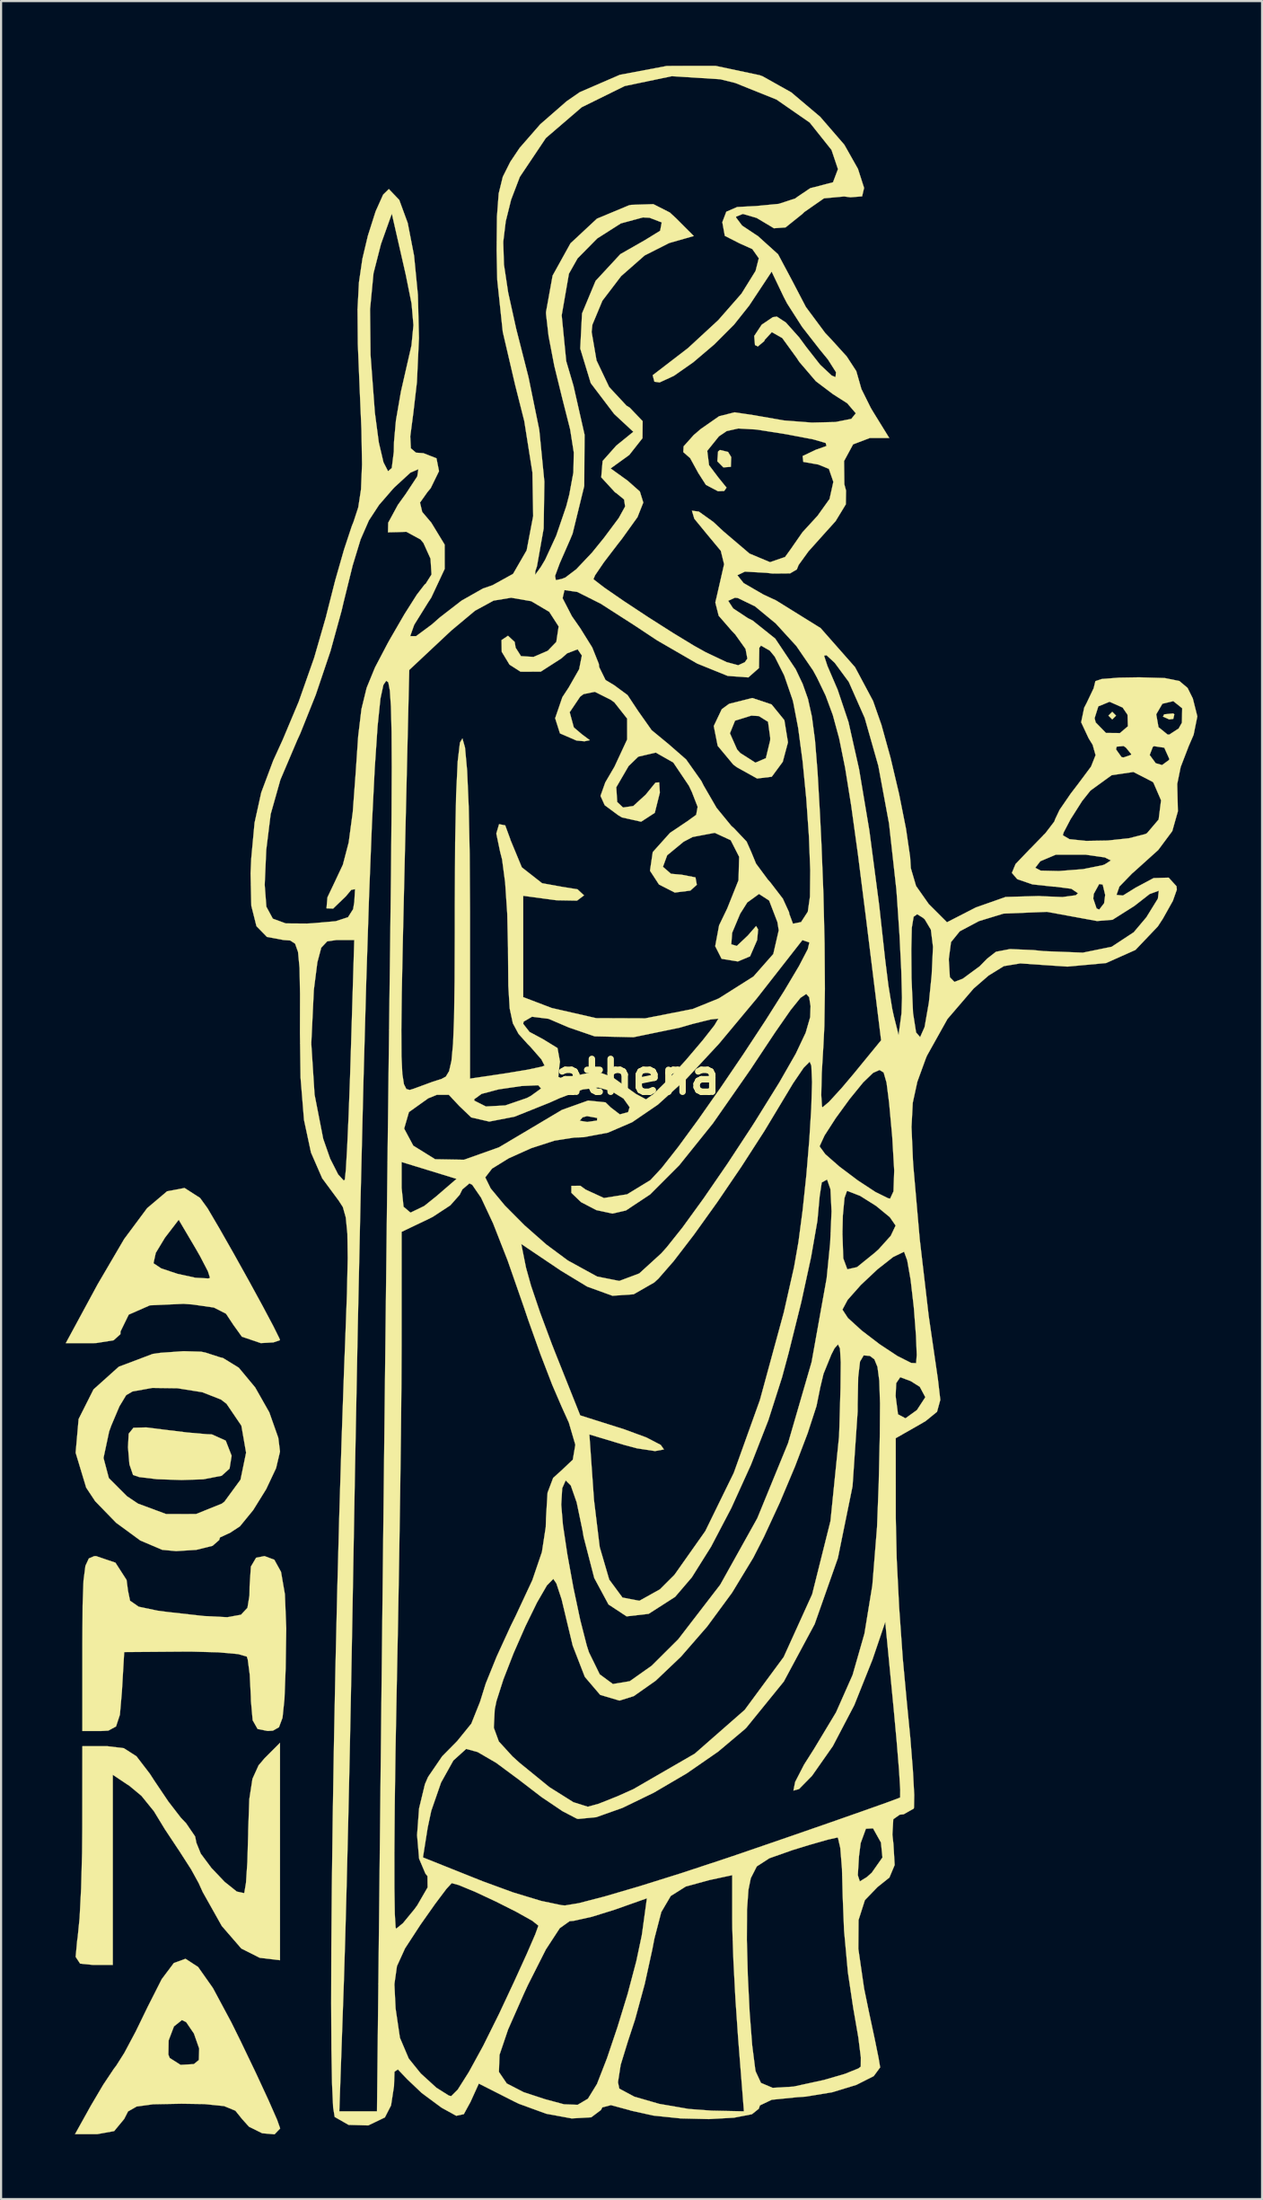
<source format=kicad_pcb>
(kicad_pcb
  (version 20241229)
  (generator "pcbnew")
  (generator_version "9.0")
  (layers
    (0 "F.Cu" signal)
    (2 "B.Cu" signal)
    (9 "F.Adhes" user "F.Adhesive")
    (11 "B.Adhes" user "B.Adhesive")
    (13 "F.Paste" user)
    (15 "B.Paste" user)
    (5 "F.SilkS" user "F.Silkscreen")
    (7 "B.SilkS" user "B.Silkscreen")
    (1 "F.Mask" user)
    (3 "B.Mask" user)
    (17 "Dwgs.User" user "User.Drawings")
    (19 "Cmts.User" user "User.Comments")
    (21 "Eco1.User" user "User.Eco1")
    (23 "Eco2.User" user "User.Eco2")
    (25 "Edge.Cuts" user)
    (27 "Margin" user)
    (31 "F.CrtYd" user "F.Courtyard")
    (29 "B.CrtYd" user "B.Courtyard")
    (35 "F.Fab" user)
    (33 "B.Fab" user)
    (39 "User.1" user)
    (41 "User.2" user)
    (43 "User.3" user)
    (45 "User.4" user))
  (footprint "athena"
    (layer "F.Cu")
    (at 26.527 46.898)
    (property "Reference" "athena" (at 0 0 0) (layer "F.SilkS") (effects (font (size 1.524 1.524) (thickness 0.3))))
    (attr through_hole)
    (fp_poly (pts (xy 22.225 -16.757) (xy 22.049 -16.581) (xy 21.872 -16.757) (xy 22.049 -16.933) (xy 22.225 -16.757)) (stroke (width 0.01) (type solid)) (fill yes) (layer "F.SilkS"))
    (fp_poly (pts (xy 24.93 -16.816) (xy 24.881 -16.606) (xy 24.694 -16.581) (xy 24.404 -16.71) (xy 24.459 -16.816) (xy 24.878 -16.858) (xy 24.93 -16.816)) (stroke (width 0.01) (type solid)) (fill yes) (layer "F.SilkS"))
    (fp_poly (pts (xy 4.216 -28.987) (xy 4.362 -28.749) (xy 4.345 -28.296) (xy 3.999 -28.27) (xy 3.719 -28.551) (xy 3.752 -29.004) (xy 3.838 -29.078) (xy 4.216 -28.987)) (stroke (width 0.01) (type solid)) (fill yes) (layer "F.SilkS"))
    (fp_poly (pts (xy -21.999 16.356) (xy -20.875 16.493) (xy -19.972 16.572) (xy -19.744 16.581) (xy -19.1 16.87) (xy -18.826 17.571) (xy -18.922 18.168) (xy -19.289 18.499) (xy -20.143 18.664) (xy -21.146 18.697) (xy -22.284 18.659) (xy -23.116 18.56) (xy -23.401 18.462) (xy -23.57 17.971) (xy -23.636 17.179) (xy -23.604 16.549) (xy -23.382 16.273) (xy -22.784 16.257) (xy -21.999 16.356)) (stroke (width 0.01) (type solid)) (fill yes) (layer "F.SilkS"))
    (fp_poly (pts (xy 6.236 -17.276) (xy 6.83 -16.546) (xy 6.997 -15.519) (xy 6.755 -14.614) (xy 6.245 -13.922) (xy 5.565 -13.84) (xy 4.62 -14.365) (xy 4.457 -14.489) (xy 3.735 -15.356) (xy 3.62 -15.937) (xy 4.303 -15.937) (xy 4.637 -15.184) (xy 4.786 -15.02) (xy 5.486 -14.574) (xy 5.971 -14.783) (xy 6.172 -15.612) (xy 6.174 -15.728) (xy 6.072 -16.471) (xy 5.645 -16.736) (xy 5.296 -16.757) (xy 4.54 -16.522) (xy 4.303 -15.937) (xy 3.62 -15.937) (xy 3.553 -16.274) (xy 3.924 -17.054) (xy 4.266 -17.304) (xy 5.339 -17.574) (xy 6.236 -17.276)) (stroke (width 0.01) (type solid)) (fill yes) (layer "F.SilkS"))
    (fp_poly (pts (xy -20.291 5.614) (xy -19.945 6.091) (xy -19.403 7.012) (xy -18.739 8.178) (xy -18.04 9.431) (xy -17.394 10.613) (xy -16.888 11.565) (xy -16.609 12.128) (xy -16.581 12.21) (xy -16.884 12.313) (xy -17.47 12.347) (xy -18.35 12.049) (xy -18.748 11.495) (xy -19.087 10.983) (xy -19.648 10.698) (xy -20.641 10.555) (xy -21.059 10.525) (xy -22.62 10.595) (xy -23.601 11.025) (xy -23.984 11.808) (xy -23.989 11.934) (xy -24.305 12.216) (xy -25.116 12.345) (xy -25.255 12.347) (xy -26.522 12.347) (xy -25.041 9.613) (xy -24.472 8.643) (xy -22.453 8.643) (xy -22.092 8.883) (xy -21.34 9.134) (xy -20.51 9.315) (xy -19.91 9.348) (xy -19.829 9.321) (xy -19.927 9.014) (xy -20.294 8.309) (xy -20.504 7.943) (xy -21.282 6.626) (xy -21.921 7.458) (xy -22.347 8.162) (xy -22.453 8.643) (xy -24.472 8.643) (xy -23.813 7.519) (xy -22.748 6.088) (xy -21.822 5.305) (xy -21.011 5.152) (xy -20.291 5.614)) (stroke (width 0.01) (type solid)) (fill yes) (layer "F.SilkS"))
    (fp_poly (pts (xy -20.383 41.282) (xy -19.693 42.261) (xy -18.834 43.863) (xy -18.413 44.715) (xy -17.695 46.21) (xy -17.109 47.475) (xy -16.714 48.373) (xy -16.573 48.772) (xy -16.834 49.044) (xy -17.408 48.994) (xy -18.021 48.69) (xy -18.344 48.331) (xy -18.651 47.949) (xy -19.175 47.734) (xy -20.093 47.641) (xy -21.155 47.625) (xy -22.465 47.65) (xy -23.236 47.755) (xy -23.634 47.983) (xy -23.812 48.331) (xy -24.279 48.895) (xy -25.065 49.036) (xy -26.094 49.036) (xy -25.358 47.713) (xy -24.79 46.751) (xy -24.285 45.994) (xy -24.182 45.861) (xy -23.858 45.35) (xy -21.762 45.35) (xy -21.698 45.505) (xy -21.195 45.823) (xy -20.58 45.788) (xy -20.347 45.597) (xy -20.331 45.067) (xy -20.576 44.368) (xy -20.937 43.839) (xy -21.132 43.744) (xy -21.503 44.039) (xy -21.75 44.69) (xy -21.762 45.35) (xy -23.858 45.35) (xy -23.813 45.28) (xy -23.278 44.277) (xy -22.719 43.127) (xy -22.071 41.849) (xy -21.508 41.099) (xy -20.966 40.903) (xy -20.383 41.282)) (stroke (width 0.01) (type solid)) (fill yes) (layer "F.SilkS"))
    (fp_poly (pts (xy -16.844 22.395) (xy -16.533 22.958) (xy -16.354 23.993) (xy -16.291 25.581) (xy -16.319 27.427) (xy -16.374 28.857) (xy -16.464 29.723) (xy -16.629 30.164) (xy -16.91 30.321) (xy -17.153 30.337) (xy -17.62 30.244) (xy -17.849 29.84) (xy -17.929 28.943) (xy -17.934 28.738) (xy -17.985 27.721) (xy -18.077 27.022) (xy -18.122 26.886) (xy -18.523 26.77) (xy -19.449 26.688) (xy -20.717 26.655) (xy -21.045 26.656) (xy -23.812 26.677) (xy -23.919 28.508) (xy -24.012 29.582) (xy -24.191 30.127) (xy -24.548 30.32) (xy -24.889 30.339) (xy -25.753 30.339) (xy -25.753 26.282) (xy -25.743 24.532) (xy -25.702 23.369) (xy -25.612 22.676) (xy -25.453 22.335) (xy -25.207 22.229) (xy -25.118 22.225) (xy -24.218 22.531) (xy -23.702 23.333) (xy -23.636 23.834) (xy -23.54 24.296) (xy -23.139 24.573) (xy -22.265 24.756) (xy -21.784 24.819) (xy -20.118 25.005) (xy -19.029 25.06) (xy -18.394 24.946) (xy -18.091 24.623) (xy -17.998 24.054) (xy -17.992 23.636) (xy -17.931 22.711) (xy -17.69 22.302) (xy -17.302 22.225) (xy -16.844 22.395)) (stroke (width 0.01) (type solid)) (fill yes) (layer "F.SilkS"))
    (fp_poly (pts (xy -16.581 40.969) (xy -17.522 40.857) (xy -18.376 40.427) (xy -19.281 39.383) (xy -20.168 37.806) (xy -20.354 37.394) (xy -20.706 36.754) (xy -21.256 35.898) (xy -21.318 35.807) (xy -21.925 34.892) (xy -22.401 34.111) (xy -22.422 34.073) (xy -23.011 33.345) (xy -23.567 32.884) (xy -24.342 32.369) (xy -24.342 41.187) (xy -25.263 41.187) (xy -25.859 41.127) (xy -26.065 40.813) (xy -25.993 40.038) (xy -25.972 39.908) (xy -25.883 39.015) (xy -25.811 37.634) (xy -25.767 35.98) (xy -25.757 34.837) (xy -25.753 31.044) (xy -24.588 31.044) (xy -23.83 31.135) (xy -23.244 31.51) (xy -22.619 32.324) (xy -22.422 32.63) (xy -21.76 33.612) (xy -21.175 34.37) (xy -20.94 34.614) (xy -20.52 35.23) (xy -20.461 35.524) (xy -20.258 36.027) (xy -19.763 36.691) (xy -19.148 37.337) (xy -18.587 37.785) (xy -18.25 37.857) (xy -18.237 37.839) (xy -18.159 37.378) (xy -18.095 36.409) (xy -18.058 35.13) (xy -18.056 34.954) (xy -18.005 33.5) (xy -17.859 32.556) (xy -17.575 31.931) (xy -17.305 31.612) (xy -16.581 30.888) (xy -16.581 40.969)) (stroke (width 0.01) (type solid)) (fill yes) (layer "F.SilkS"))
    (fp_poly (pts (xy -20.238 12.745) (xy -20.037 12.787) (xy -19.363 13.005) (xy -19.226 13.038) (xy -18.495 13.487) (xy -17.734 14.401) (xy -17.077 15.559) (xy -16.66 16.74) (xy -16.581 17.378) (xy -16.763 18.147) (xy -17.223 19.123) (xy -17.826 20.093) (xy -18.441 20.845) (xy -18.932 21.166) (xy -18.952 21.167) (xy -19.369 21.361) (xy -19.403 21.479) (xy -19.712 21.749) (xy -20.465 21.935) (xy -21.401 21.995) (xy -22.049 21.934) (xy -23.064 21.502) (xy -24.187 20.68) (xy -25.158 19.681) (xy -25.577 19.049) (xy -25.993 17.673) (xy -24.773 17.673) (xy -24.524 18.61) (xy -23.69 19.444) (xy -23.173 19.791) (xy -21.867 20.275) (xy -20.472 20.273) (xy -19.277 19.791) (xy -19.158 19.699) (xy -18.413 18.681) (xy -18.154 17.428) (xy -18.373 16.176) (xy -19.062 15.162) (xy -19.322 14.963) (xy -20.185 14.625) (xy -21.338 14.441) (xy -22.508 14.425) (xy -23.424 14.589) (xy -23.721 14.761) (xy -24.034 15.28) (xy -24.413 16.174) (xy -24.511 16.446) (xy -24.773 17.673) (xy -25.993 17.673) (xy -26.066 17.432) (xy -25.928 15.869) (xy -25.236 14.494) (xy -24.064 13.443) (xy -22.486 12.848) (xy -22.141 12.798) (xy -21.059 12.721) (xy -20.238 12.745)) (stroke (width 0.01) (type solid)) (fill yes) (layer "F.SilkS"))
    (fp_poly (pts (xy 5.686 -46.459) (xy 5.82 -46.409) (xy 7.149 -45.665) (xy 8.49 -44.533) (xy 9.613 -43.236) (xy 10.246 -42.116) (xy 10.53 -41.232) (xy 10.438 -40.841) (xy 9.896 -40.798) (xy 9.602 -40.836) (xy 8.668 -40.749) (xy 7.758 -40.116) (xy 7.664 -40.024) (xy 6.885 -39.4) (xy 6.342 -39.361) (xy 6.264 -39.411) (xy 5.541 -39.841) (xy 4.904 -40.026) (xy 4.591 -39.902) (xy 4.586 -39.862) (xy 4.868 -39.486) (xy 5.55 -39.031) (xy 5.589 -39.011) (xy 6.538 -38.155) (xy 7.181 -36.95) (xy 7.829 -35.709) (xy 8.725 -34.504) (xy 9 -34.215) (xy 9.725 -33.415) (xy 10.167 -32.738) (xy 10.231 -32.516) (xy 10.406 -31.904) (xy 10.841 -31.029) (xy 10.965 -30.822) (xy 11.699 -29.633) (xy 10.795 -29.633) (xy 10.02 -29.338) (xy 9.601 -28.564) (xy 9.614 -27.485) (xy 9.692 -27.195) (xy 9.682 -26.556) (xy 9.208 -25.777) (xy 8.665 -25.175) (xy 7.945 -24.371) (xy 7.491 -23.743) (xy 7.408 -23.536) (xy 7.096 -23.354) (xy 6.288 -23.347) (xy 5.997 -23.38) (xy 4.999 -23.436) (xy 4.649 -23.268) (xy 4.938 -22.905) (xy 5.855 -22.374) (xy 6.45 -22.097) (xy 8.511 -20.818) (xy 10.109 -19.006) (xy 10.947 -17.437) (xy 11.336 -16.326) (xy 11.756 -14.809) (xy 12.154 -13.124) (xy 12.476 -11.506) (xy 12.668 -10.193) (xy 12.7 -9.68) (xy 12.942 -8.857) (xy 13.527 -8.025) (xy 13.539 -8.012) (xy 14.379 -7.173) (xy 15.716 -7.859) (xy 16.882 -8.269) (xy 21.167 -8.269) (xy 21.322 -7.813) (xy 21.444 -7.761) (xy 21.672 -8.056) (xy 21.721 -8.441) (xy 21.606 -8.919) (xy 21.444 -8.949) (xy 21.19 -8.487) (xy 21.167 -8.269) (xy 16.882 -8.269) (xy 17.1 -8.346) (xy 18.665 -8.39) (xy 18.757 -8.381) (xy 19.74 -8.342) (xy 20.356 -8.425) (xy 20.461 -8.518) (xy 20.152 -8.725) (xy 19.401 -8.824) (xy 19.315 -8.825) (xy 18.343 -8.93) (xy 17.639 -9.172) (xy 17.39 -9.463) (xy 17.489 -9.7) (xy 18.477 -9.7) (xy 18.728 -9.568) (xy 19.572 -9.549) (xy 19.592 -9.55) (xy 20.691 -9.636) (xy 21.588 -9.816) (xy 21.696 -9.854) (xy 21.986 -10.039) (xy 21.704 -10.18) (xy 20.814 -10.307) (xy 19.432 -10.308) (xy 18.71 -10.003) (xy 18.477 -9.7) (xy 17.489 -9.7) (xy 17.561 -9.874) (xy 18.218 -10.56) (xy 18.256 -10.596) (xy 18.851 -11.207) (xy 19.756 -11.207) (xy 20.065 -11.026) (xy 20.837 -10.946) (xy 21.835 -10.963) (xy 22.825 -11.069) (xy 23.57 -11.259) (xy 23.659 -11.301) (xy 24.202 -11.938) (xy 24.315 -12.828) (xy 23.963 -13.641) (xy 23.918 -13.688) (xy 23.032 -14.143) (xy 22.02 -13.993) (xy 21.037 -13.28) (xy 20.65 -12.794) (xy 20.11 -11.944) (xy 19.792 -11.336) (xy 19.756 -11.207) (xy 18.851 -11.207) (xy 18.95 -11.309) (xy 19.358 -11.842) (xy 19.403 -11.964) (xy 19.605 -12.388) (xy 20.12 -13.138) (xy 20.448 -13.566) (xy 21.064 -14.391) (xy 21.276 -14.923) (xy 21.2 -15.19) (xy 22.225 -15.19) (xy 22.481 -14.831) (xy 22.578 -14.817) (xy 22.905 -14.931) (xy 23.786 -14.931) (xy 24.068 -14.548) (xy 24.362 -14.464) (xy 24.688 -14.701) (xy 24.694 -14.758) (xy 24.464 -15.269) (xy 23.987 -15.34) (xy 23.934 -15.312) (xy 23.786 -14.931) (xy 22.905 -14.931) (xy 22.921 -14.937) (xy 22.931 -14.972) (xy 22.683 -15.273) (xy 22.578 -15.346) (xy 22.253 -15.318) (xy 22.225 -15.19) (xy 21.2 -15.19) (xy 21.14 -15.401) (xy 20.952 -15.707) (xy 20.606 -16.447) (xy 20.645 -16.637) (xy 21.229 -16.637) (xy 21.281 -16.44) (xy 21.758 -15.953) (xy 22.405 -15.947) (xy 22.775 -16.262) (xy 22.759 -16.796) (xy 22.745 -16.818) (xy 24.09 -16.818) (xy 24.196 -16.222) (xy 24.615 -15.881) (xy 24.694 -15.875) (xy 25.13 -16.158) (xy 25.282 -16.428) (xy 25.296 -17.098) (xy 24.883 -17.428) (xy 24.376 -17.307) (xy 24.09 -16.818) (xy 22.745 -16.818) (xy 22.531 -17.131) (xy 21.925 -17.4) (xy 21.403 -17.186) (xy 21.229 -16.637) (xy 20.645 -16.637) (xy 20.747 -17.126) (xy 20.864 -17.351) (xy 21.185 -18.024) (xy 21.267 -18.356) (xy 21.559 -18.454) (xy 22.369 -18.518) (xy 23.302 -18.533) (xy 24.485 -18.499) (xy 25.165 -18.362) (xy 25.545 -18.041) (xy 25.788 -17.554) (xy 25.998 -16.721) (xy 25.825 -15.866) (xy 25.597 -15.34) (xy 25.225 -14.374) (xy 25.065 -13.588) (xy 25.067 -13.485) (xy 25.095 -12.32) (xy 24.835 -11.4) (xy 24.184 -10.525) (xy 23.038 -9.493) (xy 22.974 -9.44) (xy 22.38 -8.827) (xy 22.247 -8.441) (xy 22.546 -8.412) (xy 23.129 -8.774) (xy 23.969 -9.222) (xy 24.667 -9.242) (xy 25.031 -8.843) (xy 25.047 -8.687) (xy 24.862 -8.164) (xy 24.395 -7.332) (xy 24.163 -6.977) (xy 23.126 -5.889) (xy 21.763 -5.281) (xy 19.97 -5.116) (xy 18.916 -5.186) (xy 17.781 -5.265) (xy 17.017 -5.138) (xy 16.308 -4.7) (xy 15.611 -4.095) (xy 14.401 -2.687) (xy 13.448 -0.983) (xy 13.396 -0.858) (xy 13.001 0.226) (xy 12.789 1.201) (xy 12.731 2.324) (xy 12.797 3.848) (xy 12.818 4.162) (xy 13.113 7.53) (xy 13.527 11.069) (xy 13.956 14.014) (xy 14.068 14.978) (xy 13.916 15.533) (xy 13.388 15.962) (xy 13.099 16.131) (xy 11.999 16.757) (xy 12.001 20.461) (xy 12.043 22.332) (xy 12.157 24.601) (xy 12.325 26.968) (xy 12.505 28.911) (xy 12.677 30.673) (xy 12.797 32.183) (xy 12.857 33.301) (xy 12.847 33.89) (xy 12.832 33.938) (xy 12.366 34.201) (xy 12.184 34.219) (xy 11.885 34.431) (xy 11.844 35.144) (xy 11.893 35.595) (xy 11.949 36.553) (xy 11.706 37.134) (xy 11.154 37.576) (xy 10.568 38.182) (xy 10.273 39.104) (xy 10.263 40.439) (xy 10.531 42.282) (xy 10.76 43.392) (xy 11.018 44.596) (xy 11.205 45.516) (xy 11.276 45.94) (xy 10.977 46.345) (xy 10.171 46.752) (xy 9.054 47.093) (xy 7.822 47.296) (xy 7.441 47.321) (xy 6.245 47.441) (xy 5.695 47.703) (xy 5.644 47.857) (xy 5.325 48.112) (xy 4.492 48.273) (xy 3.328 48.338) (xy 2.018 48.307) (xy 0.748 48.175) (xy -0.298 47.943) (xy -0.369 47.919) (xy -1.221 47.69) (xy -1.619 47.795) (xy -1.686 47.919) (xy -2.135 48.255) (xy -3.041 48.307) (xy -4.22 48.091) (xy -5.491 47.628) (xy -5.733 47.511) (xy -7.352 46.691) (xy -7.741 47.546) (xy -8.049 48.109) (xy -8.4 48.184) (xy -9.063 47.819) (xy -9.092 47.801) (xy -10.002 47.128) (xy -10.672 46.492) (xy -11.109 46.034) (xy -11.267 46.141) (xy -11.289 46.81) (xy -11.426 47.703) (xy -11.712 48.26) (xy -12.483 48.631) (xy -13.399 48.606) (xy -14.043 48.237) (xy -14.084 47.978) (xy -13.828 47.978) (xy -12.079 47.978) (xy -12.015 42.08) (xy -11.271 42.08) (xy -11.216 43.204) (xy -11.014 44.567) (xy -10.604 45.532) (xy -10.047 46.222) (xy -9.321 46.883) (xy -8.743 47.248) (xy -8.632 47.272) (xy -8.331 46.971) (xy -7.813 46.152) (xy -7.812 46.15) (xy -6.42 46.15) (xy -6.055 46.686) (xy -5.272 47.089) (xy -4.276 47.416) (xy -3.398 47.652) (xy -2.767 47.676) (xy -2.288 47.393) (xy -1.866 46.706) (xy -1.836 46.629) (xy -0.894 46.629) (xy -0.831 46.925) (xy -0.133 47.298) (xy 1.023 47.632) (xy 2.393 47.868) (xy 3.447 47.946) (xy 4.953 47.978) (xy 4.681 44.538) (xy 4.559 42.763) (xy 4.465 40.983) (xy 4.432 40.029) (xy 5.089 40.029) (xy 5.133 41.692) (xy 5.218 43.394) (xy 5.336 44.912) (xy 5.478 46.025) (xy 5.497 46.126) (xy 5.744 46.659) (xy 6.287 46.889) (xy 7.248 46.832) (xy 8.669 46.523) (xy 9.636 46.242) (xy 10.266 45.989) (xy 10.376 45.906) (xy 10.38 45.474) (xy 10.263 44.547) (xy 10.05 43.316) (xy 10.031 43.215) (xy 9.779 41.53) (xy 9.601 39.59) (xy 9.538 38.012) (xy 9.512 37.028) (xy 10.239 37.028) (xy 10.333 37.313) (xy 10.658 37.114) (xy 10.886 36.91) (xy 11.383 36.203) (xy 11.313 35.509) (xy 10.945 34.852) (xy 10.615 34.871) (xy 10.372 35.536) (xy 10.293 36.15) (xy 10.239 37.028) (xy 9.512 37.028) (xy 9.504 36.724) (xy 9.426 35.762) (xy 9.319 35.297) (xy 9.291 35.278) (xy 8.85 35.376) (xy 7.963 35.629) (xy 7.212 35.86) (xy 6.134 36.24) (xy 5.55 36.618) (xy 5.271 37.165) (xy 5.162 37.702) (xy 5.096 38.625) (xy 5.089 40.029) (xy 4.432 40.029) (xy 4.414 39.496) (xy 4.41 39.061) (xy 4.41 37.024) (xy 3.351 37.251) (xy 2.254 37.551) (xy 1.556 37.99) (xy 1.117 38.736) (xy 0.798 39.961) (xy 0.7 40.471) (xy 0.349 42.068) (xy -0.1 43.718) (xy -0.438 44.747) (xy -0.768 45.822) (xy -0.894 46.629) (xy -1.836 46.629) (xy -1.405 45.522) (xy -0.918 44.077) (xy -0.443 42.528) (xy -0.042 41.014) (xy 0.21 39.825) (xy 0.233 39.672) (xy 0.449 38.097) (xy -1.055 38.628) (xy -2.104 38.954) (xy -2.944 39.141) (xy -3.138 39.158) (xy -3.595 39.484) (xy -4.239 40.469) (xy -5.074 42.12) (xy -5.254 42.509) (xy -5.995 44.186) (xy -6.392 45.359) (xy -6.42 46.15) (xy -7.812 46.15) (xy -7.149 44.939) (xy -6.413 43.458) (xy -6.405 43.441) (xy -5.7 41.936) (xy -5.122 40.667) (xy -4.731 39.765) (xy -4.586 39.366) (xy -4.586 39.365) (xy -4.875 39.137) (xy -5.599 38.732) (xy -6.549 38.253) (xy -7.514 37.802) (xy -8.282 37.484) (xy -8.61 37.394) (xy -8.857 37.661) (xy -9.383 38.361) (xy -10.056 39.315) (xy -10.776 40.418) (xy -11.153 41.245) (xy -11.271 42.08) (xy -12.015 42.08) (xy -11.948 35.908) (xy -11.272 35.908) (xy -11.271 37.612) (xy -11.252 38.818) (xy -11.215 39.443) (xy -11.193 39.511) (xy -10.874 39.252) (xy -10.346 38.61) (xy -10.211 38.426) (xy -9.729 37.593) (xy -9.736 37.07) (xy -9.834 36.944) (xy -10.123 36.262) (xy -10.128 36.201) (xy -9.946 36.201) (xy -7.178 37.306) (xy -5.755 37.826) (xy -4.453 38.22) (xy -3.506 38.418) (xy -3.351 38.429) (xy -2.71 38.323) (xy -1.519 38.014) (xy 0.107 37.538) (xy 2.052 36.929) (xy 4.2 36.22) (xy 4.912 35.978) (xy 7.031 35.25) (xy 8.912 34.598) (xy 10.456 34.057) (xy 11.567 33.663) (xy 12.145 33.448) (xy 12.206 33.42) (xy 12.209 33.056) (xy 12.151 32.132) (xy 12.041 30.792) (xy 11.904 29.306) (xy 11.513 25.28) (xy 10.922 27.02) (xy 10.075 29.139) (xy 9.08 31.039) (xy 8.113 32.417) (xy 7.51 33.03) (xy 7.251 33.101) (xy 7.331 32.7) (xy 7.744 31.898) (xy 8.207 31.169) (xy 9.228 29.474) (xy 9.997 27.739) (xy 10.547 25.822) (xy 10.914 23.58) (xy 11.132 20.873) (xy 11.21 18.837) (xy 11.259 16.688) (xy 11.27 15.142) (xy 11.259 14.804) (xy 11.994 14.804) (xy 12.105 15.649) (xy 12.451 15.835) (xy 12.982 15.452) (xy 13.373 14.855) (xy 13.116 14.374) (xy 12.7 14.111) (xy 12.209 13.927) (xy 12.021 14.204) (xy 11.994 14.804) (xy 11.259 14.804) (xy 11.237 14.096) (xy 11.151 13.448) (xy 11.007 13.097) (xy 10.796 12.939) (xy 10.795 12.939) (xy 10.511 12.917) (xy 10.341 13.203) (xy 10.257 13.921) (xy 10.231 15.196) (xy 10.231 15.51) (xy 9.994 18.985) (xy 9.314 22.317) (xy 8.236 25.379) (xy 6.804 28.044) (xy 5.065 30.185) (xy 4.99 30.257) (xy 3.757 31.295) (xy 2.3 32.302) (xy 0.769 33.199) (xy -0.683 33.903) (xy -1.904 34.336) (xy -2.744 34.417) (xy -2.807 34.401) (xy -3.464 34.059) (xy -4.443 33.4) (xy -5.521 32.573) (xy -6.546 31.815) (xy -7.408 31.313) (xy -7.93 31.17) (xy -7.947 31.176) (xy -8.535 31.707) (xy -9.106 32.731) (xy -9.56 34.04) (xy -9.726 34.82) (xy -9.946 36.201) (xy -10.128 36.201) (xy -10.218 35.168) (xy -10.125 33.927) (xy -9.853 32.803) (xy -9.708 32.469) (xy -9.052 31.51) (xy -8.359 30.808) (xy -7.853 30.185) (xy -6.657 30.185) (xy -6.424 30.822) (xy -5.789 31.517) (xy -5.464 31.811) (xy -4.076 32.941) (xy -2.963 33.64) (xy -2.293 33.851) (xy -1.798 33.715) (xy -0.9 33.358) (xy -0.176 33.033) (xy 2.67 31.389) (xy 4.989 29.358) (xy 6.799 26.905) (xy 8.12 23.997) (xy 8.97 20.601) (xy 9.368 16.682) (xy 9.385 16.228) (xy 9.436 14.423) (xy 9.448 13.24) (xy 9.412 12.596) (xy 9.319 12.406) (xy 9.159 12.588) (xy 9.011 12.876) (xy 8.647 13.77) (xy 8.483 14.455) (xy 8.483 14.465) (xy 8.321 15.266) (xy 7.911 16.526) (xy 7.322 18.073) (xy 6.621 19.736) (xy 5.877 21.342) (xy 5.386 22.302) (xy 4.402 23.923) (xy 3.248 25.491) (xy 2.031 26.889) (xy 0.86 28.003) (xy -0.159 28.719) (xy -0.823 28.928) (xy -1.719 28.662) (xy -2.431 27.829) (xy -2.994 26.378) (xy -3.249 25.317) (xy -3.508 24.233) (xy -3.751 23.495) (xy -3.895 23.283) (xy -4.192 23.586) (xy -4.651 24.378) (xy -5.192 25.484) (xy -5.739 26.73) (xy -6.211 27.941) (xy -6.532 28.943) (xy -6.614 29.338) (xy -6.657 30.185) (xy -7.853 30.185) (xy -7.7 29.996) (xy -7.297 28.988) (xy -7.03 28.134) (xy -6.524 26.886) (xy -5.874 25.47) (xy -5.648 25.012) (xy -4.868 23.342) (xy -4.423 22.035) (xy -4.245 20.873) (xy -4.233 20.455) (xy -4.196 19.844) (xy -3.527 19.844) (xy -3.449 20.777) (xy -3.244 22.145) (xy -2.961 23.699) (xy -2.645 25.189) (xy -2.344 26.366) (xy -2.241 26.687) (xy -1.74 27.709) (xy -1.13 28.159) (xy -0.347 28.029) (xy 0.672 27.309) (xy 1.902 26.086) (xy 3.854 23.551) (xy 5.573 20.471) (xy 7.003 16.984) (xy 8.094 13.227) (xy 8.531 10.793) (xy 9.525 10.793) (xy 9.781 11.183) (xy 10.422 11.766) (xy 11.254 12.401) (xy 12.083 12.948) (xy 12.718 13.267) (xy 12.946 13.277) (xy 12.975 12.893) (xy 12.939 11.993) (xy 12.845 10.766) (xy 12.833 10.635) (xy 12.69 9.405) (xy 12.532 8.507) (xy 12.39 8.118) (xy 12.377 8.114) (xy 11.885 8.349) (xy 11.15 8.926) (xy 10.377 9.653) (xy 9.767 10.341) (xy 9.525 10.793) (xy 8.531 10.793) (xy 8.793 9.338) (xy 8.957 7.69) (xy 8.976 7.253) (xy 9.525 7.253) (xy 9.564 8.416) (xy 9.752 8.924) (xy 10.2 8.824) (xy 11.015 8.166) (xy 11.201 8) (xy 11.768 7.37) (xy 11.994 6.894) (xy 11.724 6.505) (xy 11.087 5.983) (xy 10.348 5.518) (xy 9.771 5.294) (xy 9.735 5.292) (xy 9.621 5.611) (xy 9.544 6.435) (xy 9.525 7.253) (xy 8.976 7.253) (xy 9.02 6.232) (xy 8.97 5.211) (xy 8.813 4.759) (xy 8.565 4.896) (xy 8.467 5.536) (xy 8.363 6.675) (xy 8.07 8.354) (xy 7.616 10.441) (xy 7.027 12.806) (xy 6.722 13.935) (xy 6.088 15.92) (xy 5.278 17.992) (xy 4.366 20) (xy 3.427 21.79) (xy 2.535 23.211) (xy 1.764 24.111) (xy 1.749 24.123) (xy 0.531 24.903) (xy -0.494 25.021) (xy -1.333 24.469) (xy -1.994 23.243) (xy -2.487 21.337) (xy -2.541 21.022) (xy -2.81 19.734) (xy -3.084 18.948) (xy -3.321 18.713) (xy -3.482 19.078) (xy -3.527 19.844) (xy -4.196 19.844) (xy -4.162 19.286) (xy -3.902 18.599) (xy -3.528 18.263) (xy -2.99 17.754) (xy -2.872 17.062) (xy -3.173 16.035) (xy -3.515 15.279) (xy -3.944 14.284) (xy -4.49 12.866) (xy -5.058 11.276) (xy -5.26 10.678) (xy -6.017 8.507) (xy -6.315 7.748) (xy -5.383 7.748) (xy -5.163 8.845) (xy -4.931 9.679) (xy -4.507 10.933) (xy -3.969 12.377) (xy -3.795 12.82) (xy -2.646 15.699) (xy -0.613 16.342) (xy 0.425 16.723) (xy 1.091 17.069) (xy 1.24 17.278) (xy 0.828 17.355) (xy -0.018 17.226) (xy -0.581 17.076) (xy -2.221 16.583) (xy -2.007 19.62) (xy -1.741 21.807) (xy -1.299 23.316) (xy -0.684 24.148) (xy 0.101 24.298) (xy 1.055 23.766) (xy 1.728 23.094) (xy 3.16 21.066) (xy 4.482 18.365) (xy 5.695 14.986) (xy 6.805 10.919) (xy 7.28 8.819) (xy 7.485 7.649) (xy 7.679 6.177) (xy 7.851 4.551) (xy 7.962 3.226) (xy 8.467 3.226) (xy 8.733 3.589) (xy 9.393 4.165) (xy 10.238 4.8) (xy 11.06 5.339) (xy 11.649 5.629) (xy 11.74 5.644) (xy 11.895 5.308) (xy 11.929 4.342) (xy 11.839 2.814) (xy 11.833 2.734) (xy 11.693 1.207) (xy 11.573 0.266) (xy 11.438 -0.204) (xy 11.25 -0.321) (xy 10.975 -0.2) (xy 10.936 -0.176) (xy 10.49 0.253) (xy 9.863 1.022) (xy 9.213 1.914) (xy 8.696 2.715) (xy 8.468 3.209) (xy 8.467 3.226) (xy 7.962 3.226) (xy 7.988 2.921) (xy 8.08 1.434) (xy 8.115 0.239) (xy 8.083 -0.517) (xy 8.006 -0.706) (xy 7.727 -0.426) (xy 7.235 0.296) (xy 6.83 0.97) (xy 5.907 2.503) (xy 4.837 4.161) (xy 3.715 5.811) (xy 2.635 7.317) (xy 1.693 8.544) (xy 0.984 9.357) (xy 0.789 9.535) (xy -0.164 10.081) (xy -1.149 10.151) (xy -2.32 9.727) (xy -3.538 8.989) (xy -5.383 7.748) (xy -6.315 7.748) (xy -6.689 6.794) (xy -7.247 5.603) (xy -7.661 5.001) (xy -7.789 4.939) (xy -8.116 5.218) (xy -8.242 5.469) (xy -8.674 5.956) (xy -9.486 6.489) (xy -9.691 6.592) (xy -10.936 7.186) (xy -10.937 12.501) (xy -10.945 14.27) (xy -10.968 16.593) (xy -11.004 19.321) (xy -11.05 22.301) (xy -11.104 25.384) (xy -11.165 28.418) (xy -11.17 28.663) (xy -11.221 31.348) (xy -11.255 33.791) (xy -11.272 35.908) (xy -11.948 35.908) (xy -11.859 27.605) (xy -11.812 23.335) (xy -11.762 18.842) (xy -11.71 14.256) (xy -11.658 9.707) (xy -11.607 5.323) (xy -11.605 5.148) (xy -10.936 5.148) (xy -10.846 6.022) (xy -10.523 6.295) (xy -9.886 5.987) (xy -9.328 5.54) (xy -8.386 4.729) (xy -8.605 4.662) (xy -7.053 4.662) (xy -6.802 5.173) (xy -6.145 5.964) (xy -5.232 6.882) (xy -4.215 7.777) (xy -3.245 8.496) (xy -3.194 8.529) (xy -1.862 9.259) (xy -0.831 9.463) (xy 0.095 9.115) (xy 1.113 8.187) (xy 1.368 7.903) (xy 2.099 6.987) (xy 3.078 5.639) (xy 4.185 4.031) (xy 5.302 2.331) (xy 5.476 2.059) (xy 6.595 0.258) (xy 7.359 -1.076) (xy 7.82 -2.05) (xy 8.029 -2.774) (xy 8.046 -3.286) (xy 7.981 -3.698) (xy 7.845 -3.847) (xy 7.578 -3.669) (xy 7.118 -3.097) (xy 6.402 -2.068) (xy 5.371 -0.517) (xy 5.263 -0.353) (xy 3.514 2.154) (xy 1.952 4.097) (xy 0.598 5.452) (xy -0.524 6.195) (xy -1.148 6.339) (xy -1.9 6.177) (xy -2.608 5.808) (xy -3.056 5.378) (xy -3.055 5.054) (xy -2.64 5.049) (xy -2.393 5.227) (xy -1.545 5.617) (xy -0.469 5.446) (xy 0.612 4.787) (xy 1.133 4.227) (xy 1.901 3.251) (xy 2.84 1.97) (xy 3.875 0.494) (xy 4.934 -1.066) (xy 5.942 -2.598) (xy 6.825 -3.993) (xy 7.508 -5.14) (xy 7.918 -5.927) (xy 7.991 -6.237) (xy 7.673 -6.344) (xy 7.648 -6.321) (xy 5.564 -3.658) (xy 3.795 -1.538) (xy 2.28 0.093) (xy 0.957 1.288) (xy -0.236 2.102) (xy -1.36 2.586) (xy -2.478 2.796) (xy -2.929 2.814) (xy -3.838 2.956) (xy -4.919 3.306) (xy -5.957 3.771) (xy -6.74 4.254) (xy -7.053 4.66) (xy -7.053 4.662) (xy -8.605 4.662) (xy -10.936 3.947) (xy -10.936 5.148) (xy -11.605 5.148) (xy -11.572 2.397) (xy -10.818 2.397) (xy -10.395 3.188) (xy -9.378 3.819) (xy -8.041 3.843) (xy -6.419 3.267) (xy -5.075 2.47) (xy -4.338 2.032) (xy -2.669 2.032) (xy -2.322 2.089) (xy -1.865 2.024) (xy -1.859 1.904) (xy -2.332 1.819) (xy -2.536 1.876) (xy -2.669 2.032) (xy -4.338 2.032) (xy -3.494 1.53) (xy -2.28 1.097) (xy -1.471 1.18) (xy -1.235 1.411) (xy -0.807 1.739) (xy -0.423 1.634) (xy -0.353 1.404) (xy -0.638 1.004) (xy -1.201 0.657) (xy -1.81 0.49) (xy -2.532 0.583) (xy -3.579 0.975) (xy -4.066 1.193) (xy -5.692 1.844) (xy -6.868 2.072) (xy -7.704 1.879) (xy -8.259 1.349) (xy -8.551 1.037) (xy -7.568 1.037) (xy -7.557 1.103) (xy -7.022 1.372) (xy -6.125 1.323) (xy -5.122 0.979) (xy -4.939 0.882) (xy -4.462 0.538) (xy -4.595 0.387) (xy -5.364 0.422) (xy -6.431 0.578) (xy -7.223 0.787) (xy -7.568 1.037) (xy -8.551 1.037) (xy -8.745 0.83) (xy -9.302 0.832) (xy -9.7 0.993) (xy -10.596 1.632) (xy -10.818 2.397) (xy -11.572 2.397) (xy -11.558 1.235) (xy -11.517 -2.178) (xy -10.949 -2.178) (xy -10.942 -0.958) (xy -10.903 -0.144) (xy -10.828 0.338) (xy -10.715 0.563) (xy -10.56 0.606) (xy -10.376 0.549) (xy -9.486 0.222) (xy -9.084 0.095) (xy -8.884 -0.013) (xy -8.732 -0.266) (xy -8.621 -0.75) (xy -8.547 -1.552) (xy -8.5 -2.759) (xy -8.476 -4.458) (xy -8.467 -6.736) (xy -8.467 -7.999) (xy -8.451 -10.868) (xy -8.406 -13.084) (xy -8.332 -14.635) (xy -8.228 -15.505) (xy -8.114 -15.699) (xy -7.993 -15.274) (xy -7.895 -14.202) (xy -7.822 -12.537) (xy -7.777 -10.338) (xy -7.761 -7.7) (xy -7.761 0.08) (xy -6.085 -0.169) (xy -5.085 -0.335) (xy -4.429 -0.476) (xy -4.3 -0.525) (xy -4.449 -0.814) (xy -4.955 -1.393) (xy -5.094 -1.534) (xy -5.508 -1.995) (xy -5.758 -2.461) (xy -5.292 -2.461) (xy -4.999 -2.086) (xy -4.37 -1.749) (xy -3.701 -1.338) (xy -3.585 -0.703) (xy -3.608 -0.561) (xy -3.662 -0.001) (xy -3.396 0.114) (xy -2.735 -0.083) (xy -1.877 -0.256) (xy -1.147 0.011) (xy -0.762 0.288) (xy -0.059 0.791) (xy 0.394 1.035) (xy 0.414 1.039) (xy 0.747 0.803) (xy 1.397 0.164) (xy 2.225 -0.742) (xy 2.255 -0.775) (xy 3.038 -1.697) (xy 3.579 -2.386) (xy 3.767 -2.699) (xy 3.765 -2.703) (xy 3.405 -2.664) (xy 2.587 -2.462) (xy 1.956 -2.28) (xy -0.174 -1.841) (xy -1.977 -1.882) (xy -3.175 -2.293) (xy -4.116 -2.695) (xy -4.882 -2.791) (xy -5.275 -2.563) (xy -5.292 -2.461) (xy -5.758 -2.461) (xy -5.772 -2.486) (xy -5.919 -3.174) (xy -5.983 -4.222) (xy -5.997 -5.796) (xy -5.997 -5.958) (xy -6.033 -7.575) (xy -6.131 -9.022) (xy -6.272 -10.089) (xy -6.363 -10.441) (xy -6.54 -11.287) (xy -6.412 -11.721) (xy -6.128 -11.667) (xy -5.891 -11.024) (xy -5.887 -11.001) (xy -5.356 -9.72) (xy -4.416 -8.984) (xy -3.503 -8.819) (xy -2.771 -8.701) (xy -2.469 -8.42) (xy -2.793 -8.176) (xy -3.746 -8.193) (xy -3.881 -8.21) (xy -5.292 -8.4) (xy -5.292 -3.7) (xy -3.969 -3.196) (xy -1.908 -2.726) (xy 0.374 -2.717) (xy 2.578 -3.15) (xy 3.786 -3.64) (xy 5.395 -4.656) (xy 6.316 -5.701) (xy 6.569 -6.799) (xy 6.508 -7.18) (xy 6.123 -8.181) (xy 5.653 -8.485) (xy 5.108 -8.09) (xy 4.777 -7.566) (xy 4.406 -6.683) (xy 4.366 -6.15) (xy 4.623 -6.074) (xy 5.129 -6.552) (xy 5.518 -6.998) (xy 5.611 -6.839) (xy 5.567 -6.35) (xy 5.238 -5.592) (xy 4.673 -5.355) (xy 3.917 -5.477) (xy 3.62 -6.063) (xy 3.8 -7.028) (xy 4.18 -7.817) (xy 4.701 -9.12) (xy 4.731 -10.21) (xy 4.339 -10.979) (xy 3.597 -11.321) (xy 2.575 -11.128) (xy 2.151 -10.906) (xy 1.39 -10.279) (xy 1.194 -9.745) (xy 1.568 -9.421) (xy 2.064 -9.377) (xy 2.704 -9.253) (xy 2.766 -8.91) (xy 2.466 -8.641) (xy 1.744 -8.55) (xy 1.01 -8.924) (xy 0.593 -9.563) (xy 0.721 -10.427) (xy 1.521 -11.318) (xy 2.324 -11.857) (xy 2.737 -12.155) (xy 2.805 -12.526) (xy 2.538 -13.213) (xy 2.401 -13.502) (xy 1.673 -14.583) (xy 0.862 -15.042) (xy 0.05 -14.853) (xy -0.4 -14.417) (xy -0.972 -13.434) (xy -0.929 -12.75) (xy -0.657 -12.494) (xy -0.183 -12.564) (xy 0.393 -13.09) (xy 0.848 -13.648) (xy 1.02 -13.661) (xy 1.05 -13.184) (xy 0.815 -12.247) (xy 0.181 -11.837) (xy -0.709 -12.035) (xy -0.88 -12.137) (xy -1.509 -12.602) (xy -1.704 -13.033) (xy -1.483 -13.657) (xy -1.057 -14.384) (xy -0.466 -15.653) (xy -0.467 -16.619) (xy -1.063 -17.374) (xy -1.236 -17.496) (xy -1.966 -17.861) (xy -2.489 -17.755) (xy -2.648 -17.637) (xy -3.135 -16.914) (xy -2.943 -16.21) (xy -2.558 -15.883) (xy -2.2 -15.617) (xy -2.447 -15.566) (xy -2.819 -15.601) (xy -3.586 -15.933) (xy -3.809 -16.635) (xy -3.474 -17.613) (xy -3.181 -18.059) (xy -2.696 -18.908) (xy -2.569 -19.544) (xy -2.766 -19.833) (xy -3.254 -19.646) (xy -3.52 -19.411) (xy -4.476 -18.797) (xy -5.412 -18.792) (xy -5.927 -19.121) (xy -6.289 -19.719) (xy -6.298 -20.259) (xy -5.997 -20.461) (xy -5.688 -20.174) (xy -5.644 -19.907) (xy -5.394 -19.515) (xy -4.812 -19.479) (xy -4.153 -19.764) (xy -3.755 -20.176) (xy -3.647 -20.894) (xy -4.085 -21.572) (xy -4.918 -22.064) (xy -5.723 -22.203) (xy -3.464 -22.203) (xy -3.032 -21.367) (xy -2.646 -20.814) (xy -2.088 -19.918) (xy -1.783 -19.158) (xy -1.764 -19.005) (xy -1.47 -18.408) (xy -1.08 -18.175) (xy -0.449 -17.71) (xy 0.037 -16.977) (xy 0.668 -16.083) (xy 1.467 -15.425) (xy 2.269 -14.725) (xy 2.976 -13.726) (xy 3.084 -13.512) (xy 3.682 -12.48) (xy 4.368 -11.643) (xy 4.498 -11.528) (xy 5.077 -10.916) (xy 5.292 -10.433) (xy 5.515 -9.892) (xy 6.064 -9.151) (xy 6.174 -9.029) (xy 6.76 -8.266) (xy 7.049 -7.634) (xy 7.056 -7.567) (xy 7.23 -7.104) (xy 7.605 -7.181) (xy 7.918 -7.662) (xy 8.018 -8.365) (xy 8.031 -9.591) (xy 7.97 -11.161) (xy 7.848 -12.901) (xy 7.678 -14.632) (xy 7.472 -16.179) (xy 7.244 -17.365) (xy 7.207 -17.505) (xy 6.822 -18.623) (xy 6.385 -19.49) (xy 6.157 -19.769) (xy 5.746 -20.005) (xy 5.666 -19.903) (xy 5.651 -18.963) (xy 5.158 -18.529) (xy 4.199 -18.599) (xy 2.784 -19.172) (xy 0.926 -20.246) (xy -0.122 -20.94) (xy -1.694 -21.948) (xy -2.783 -22.494) (xy -3.377 -22.579) (xy -3.464 -22.203) (xy -5.723 -22.203) (xy -5.851 -22.225) (xy -6.667 -22.091) (xy -7.529 -21.622) (xy -8.619 -20.712) (xy -8.794 -20.549) (xy -10.582 -18.874) (xy -10.816 -9.024) (xy -10.883 -6.137) (xy -10.929 -3.88) (xy -10.949 -2.178) (xy -11.517 -2.178) (xy -11.514 -2.429) (xy -11.475 -5.538) (xy -11.469 -5.997) (xy -11.428 -9.415) (xy -11.403 -12.185) (xy -11.393 -14.363) (xy -11.402 -16.007) (xy -11.431 -17.173) (xy -11.481 -17.918) (xy -11.553 -18.299) (xy -11.65 -18.373) (xy -11.772 -18.197) (xy -11.785 -18.168) (xy -11.919 -17.546) (xy -12.052 -16.261) (xy -12.184 -14.309) (xy -12.316 -11.687) (xy -12.447 -8.388) (xy -12.578 -4.41) (xy -12.709 0.252) (xy -12.84 5.603) (xy -12.972 11.646) (xy -13.103 18.387) (xy -13.225 25.224) (xy -13.282 28.298) (xy -13.346 31.469) (xy -13.416 34.579) (xy -13.487 37.469) (xy -13.555 39.981) (xy -13.616 41.957) (xy -13.62 42.069) (xy -13.828 47.978) (xy -14.084 47.978) (xy -14.114 47.797) (xy -14.164 46.725) (xy -14.194 45.091) (xy -14.205 42.967) (xy -14.198 40.424) (xy -14.174 37.536) (xy -14.133 34.373) (xy -14.078 31.008) (xy -14.009 27.511) (xy -13.926 23.955) (xy -13.831 20.413) (xy -13.725 16.954) (xy -13.609 13.652) (xy -13.554 12.249) (xy -13.472 10.029) (xy -13.437 8.406) (xy -13.453 7.271) (xy -13.527 6.517) (xy -13.663 6.036) (xy -13.867 5.72) (xy -13.876 5.71) (xy -14.622 4.701) (xy -15.142 3.508) (xy -15.466 1.997) (xy -15.626 0.035) (xy -15.648 -1.549) (xy -15.129 -1.549) (xy -14.976 0.822) (xy -14.575 2.873) (xy -14.254 3.79) (xy -13.881 4.524) (xy -13.621 4.808) (xy -13.571 4.763) (xy -13.523 4.303) (xy -13.463 3.269) (xy -13.396 1.794) (xy -13.329 0.008) (xy -13.298 -0.97) (xy -13.133 -6.35) (xy -13.947 -6.35) (xy -14.389 -6.287) (xy -14.666 -5.994) (xy -14.846 -5.317) (xy -15.002 -4.099) (xy -15.011 -4.014) (xy -15.129 -1.549) (xy -15.648 -1.549) (xy -15.655 -2.028) (xy -15.651 -3.834) (xy -15.673 -5.05) (xy -15.743 -5.794) (xy -15.88 -6.181) (xy -16.106 -6.327) (xy -16.417 -6.35) (xy -17.187 -6.493) (xy -17.673 -6.99) (xy -17.912 -7.94) (xy -17.934 -8.907) (xy -17.291 -8.907) (xy -17.214 -7.894) (xy -16.914 -7.339) (xy -16.313 -7.119) (xy -15.334 -7.112) (xy -15.085 -7.125) (xy -13.994 -7.221) (xy -13.423 -7.407) (xy -13.187 -7.779) (xy -13.131 -8.114) (xy -13.097 -8.709) (xy -13.273 -8.675) (xy -13.522 -8.378) (xy -14.114 -7.807) (xy -14.422 -7.82) (xy -14.378 -8.329) (xy -14.043 -9.033) (xy -13.662 -9.843) (xy -13.393 -10.871) (xy -13.203 -12.284) (xy -13.07 -14.07) (xy -12.951 -15.806) (xy -12.8 -17.058) (xy -12.559 -18.045) (xy -12.172 -18.989) (xy -11.584 -20.109) (xy -11.48 -20.295) (xy -10.804 -21.462) (xy -10.232 -22.363) (xy -9.866 -22.838) (xy -9.819 -22.872) (xy -9.547 -23.303) (xy -9.594 -24.037) (xy -9.924 -24.767) (xy -10.063 -24.93) (xy -10.714 -25.283) (xy -11.122 -25.269) (xy -11.568 -25.259) (xy -11.558 -25.704) (xy -11.109 -26.531) (xy -10.742 -27.042) (xy -10.209 -27.851) (xy -10.158 -28.186) (xy -10.528 -28.026) (xy -11.262 -27.352) (xy -11.356 -27.252) (xy -11.984 -26.528) (xy -12.455 -25.809) (xy -12.84 -24.928) (xy -13.209 -23.718) (xy -13.63 -22.014) (xy -13.721 -21.626) (xy -14.238 -19.748) (xy -14.922 -17.72) (xy -15.641 -15.924) (xy -15.777 -15.629) (xy -16.563 -13.781) (xy -17.014 -12.186) (xy -17.219 -10.532) (xy -17.221 -10.5) (xy -17.291 -8.907) (xy -17.934 -8.907) (xy -17.946 -9.444) (xy -17.915 -10.136) (xy -17.761 -11.788) (xy -17.451 -13.189) (xy -16.897 -14.668) (xy -16.452 -15.643) (xy -15.712 -17.403) (xy -14.995 -19.439) (xy -14.448 -21.332) (xy -14.416 -21.464) (xy -14.021 -23.018) (xy -13.608 -24.46) (xy -13.251 -25.538) (xy -13.165 -25.753) (xy -12.949 -26.413) (xy -12.82 -27.254) (xy -12.773 -28.409) (xy -12.8 -30.015) (xy -12.88 -31.858) (xy -12.968 -33.991) (xy -12.982 -35.599) (xy -12.982 -35.604) (xy -12.401 -35.604) (xy -12.379 -33.495) (xy -12.179 -30.826) (xy -12.175 -30.79) (xy -11.994 -29.424) (xy -11.778 -28.506) (xy -11.565 -28.092) (xy -11.393 -28.239) (xy -11.297 -29.003) (xy -11.289 -29.449) (xy -11.199 -30.451) (xy -10.968 -31.783) (xy -10.748 -32.746) (xy -10.478 -33.925) (xy -10.386 -34.868) (xy -10.473 -35.866) (xy -10.744 -37.211) (xy -10.798 -37.449) (xy -11.39 -40.04) (xy -11.894 -38.629) (xy -12.241 -37.275) (xy -12.401 -35.604) (xy -12.982 -35.604) (xy -12.915 -36.859) (xy -12.755 -37.948) (xy -12.502 -39.013) (xy -12.143 -40.142) (xy -11.794 -40.92) (xy -11.529 -41.179) (xy -11.527 -41.178) (xy -11.046 -40.676) (xy -10.652 -39.603) (xy -10.358 -38.09) (xy -10.18 -36.269) (xy -10.131 -34.27) (xy -10.226 -32.226) (xy -10.394 -30.78) (xy -10.535 -29.706) (xy -10.507 -29.155) (xy -10.269 -28.953) (xy -9.923 -28.928) (xy -9.318 -28.692) (xy -9.2 -28.096) (xy -9.586 -27.305) (xy -9.736 -27.126) (xy -10.083 -26.636) (xy -9.979 -26.203) (xy -9.56 -25.709) (xy -8.938 -24.688) (xy -8.937 -23.561) (xy -9.562 -22.227) (xy -9.701 -22.015) (xy -10.352 -20.968) (xy -10.538 -20.442) (xy -10.263 -20.444) (xy -9.535 -20.983) (xy -9.158 -21.314) (xy -8.151 -22.092) (xy -7.159 -22.653) (xy -6.716 -22.805) (xy -5.936 -23.236) (xy -3.813 -23.236) (xy -3.777 -23.039) (xy -3.505 -23.097) (xy -3.333 -23.163) (xy -2.829 -23.546) (xy -2.102 -24.313) (xy -1.543 -25.001) (xy -0.857 -25.921) (xy -0.561 -26.457) (xy -0.61 -26.782) (xy -0.964 -27.072) (xy -1.031 -27.116) (xy -1.67 -27.809) (xy -1.606 -28.567) (xy -0.972 -29.28) (xy -0.18 -29.921) (xy -1.07 -30.747) (xy -2.156 -32.177) (xy -2.644 -33.781) (xy -2.561 -35.411) (xy -1.932 -36.92) (xy -0.782 -38.161) (xy 0.341 -38.801) (xy 1.064 -39.245) (xy 1.138 -39.632) (xy 0.572 -39.849) (xy 0.266 -39.864) (xy -0.758 -39.587) (xy -1.857 -38.888) (xy -2.768 -37.965) (xy -3.17 -37.254) (xy -3.506 -35.324) (xy -3.296 -33.198) (xy -2.96 -32.059) (xy -2.444 -29.784) (xy -2.46 -27.405) (xy -3.001 -25.194) (xy -3.118 -24.914) (xy -3.599 -23.817) (xy -3.813 -23.236) (xy -5.936 -23.236) (xy -5.763 -23.331) (xy -5.132 -24.423) (xy -4.829 -26.013) (xy -4.864 -28.034) (xy -5.242 -30.419) (xy -5.668 -32.103) (xy -6.24 -34.555) (xy -6.497 -36.969) (xy -6.526 -38.335) (xy -6.522 -38.728) (xy -6.219 -38.728) (xy -6.186 -37.677) (xy -5.991 -36.384) (xy -5.62 -34.706) (xy -5.058 -32.499) (xy -5.047 -32.456) (xy -4.547 -30.014) (xy -4.31 -27.61) (xy -4.343 -25.437) (xy -4.653 -23.686) (xy -4.728 -23.46) (xy -4.739 -23.284) (xy -4.473 -23.653) (xy -4.273 -23.989) (xy -3.759 -25.104) (xy -3.293 -26.468) (xy -3.153 -27.006) (xy -2.963 -28.033) (xy -2.943 -28.956) (xy -3.113 -30.034) (xy -3.487 -31.508) (xy -3.85 -32.987) (xy -4.115 -34.371) (xy -4.232 -35.387) (xy -4.233 -35.476) (xy -3.927 -37.166) (xy -3.097 -38.663) (xy -1.871 -39.805) (xy -0.381 -40.426) (xy -0.267 -40.447) (xy 0.749 -40.48) (xy 1.513 -40.092) (xy 1.802 -39.826) (xy 2.625 -39.002) (xy 1.482 -38.675) (xy 0.344 -38.099) (xy -0.748 -37.14) (xy -1.616 -36.002) (xy -2.081 -34.888) (xy -2.117 -34.554) (xy -1.889 -33.232) (xy -1.302 -31.997) (xy -0.498 -31.133) (xy -0.349 -31.042) (xy 0.252 -30.415) (xy 0.244 -29.624) (xy -0.366 -28.85) (xy -0.441 -28.794) (xy -1.235 -28.222) (xy -0.441 -27.65) (xy 0.123 -27.151) (xy 0.282 -26.64) (xy 0.012 -25.961) (xy -0.712 -24.953) (xy -0.889 -24.728) (xy -1.545 -23.87) (xy -1.955 -23.268) (xy -2.033 -23.084) (xy -1.534 -22.699) (xy -0.625 -22.072) (xy 0.502 -21.329) (xy 1.656 -20.595) (xy 2.645 -19.994) (xy 3.175 -19.699) (xy 4.146 -19.239) (xy 4.688 -19.093) (xy 4.992 -19.232) (xy 5.113 -19.4) (xy 5.029 -19.849) (xy 4.549 -20.522) (xy 4.387 -20.692) (xy 3.781 -21.39) (xy 3.626 -22.003) (xy 3.645 -22.083) (xy 4.222 -22.083) (xy 4.453 -21.729) (xy 5.142 -21.274) (xy 5.357 -21.167) (xy 6.406 -20.329) (xy 7.35 -18.917) (xy 7.355 -18.909) (xy 7.679 -18.227) (xy 7.924 -17.536) (xy 8.108 -16.709) (xy 8.251 -15.622) (xy 8.37 -14.15) (xy 8.483 -12.168) (xy 8.551 -10.795) (xy 8.642 -8.489) (xy 8.696 -6.189) (xy 8.711 -4.084) (xy 8.686 -2.364) (xy 8.644 -1.499) (xy 8.565 -0.168) (xy 8.542 0.843) (xy 8.576 1.371) (xy 8.601 1.411) (xy 8.899 1.161) (xy 9.491 0.514) (xy 10.047 -0.144) (xy 11.321 -1.699) (xy 10.608 -7.464) (xy 10.246 -10.318) (xy 9.934 -12.573) (xy 9.651 -14.334) (xy 9.373 -15.704) (xy 9.078 -16.788) (xy 8.744 -17.69) (xy 8.348 -18.512) (xy 8.163 -18.852) (xy 7.692 -19.539) (xy 8.672 -19.539) (xy 8.827 -19.066) (xy 9.265 -18.046) (xy 9.3 -17.967) (xy 9.805 -16.463) (xy 10.297 -14.277) (xy 10.774 -11.434) (xy 11.231 -7.959) (xy 11.505 -5.468) (xy 11.659 -4.235) (xy 11.836 -3.158) (xy 11.909 -2.822) (xy 12.132 -1.94) (xy 12.267 -2.949) (xy 12.29 -3.673) (xy 12.257 -4.932) (xy 12.208 -5.91) (xy 12.721 -5.91) (xy 12.732 -4.57) (xy 12.802 -2.969) (xy 12.944 -2.062) (xy 13.132 -1.846) (xy 13.339 -2.314) (xy 13.54 -3.464) (xy 13.668 -4.733) (xy 13.7 -5.402) (xy 14.464 -5.402) (xy 14.511 -4.623) (xy 14.725 -4.406) (xy 15.11 -4.554) (xy 15.895 -5.13) (xy 16.24 -5.482) (xy 16.651 -5.804) (xy 17.303 -5.929) (xy 18.388 -5.882) (xy 18.869 -5.834) (xy 20.685 -5.763) (xy 22.023 -6.036) (xy 23.046 -6.709) (xy 23.633 -7.404) (xy 24.168 -8.27) (xy 24.211 -8.637) (xy 23.784 -8.481) (xy 23.076 -7.929) (xy 22.063 -7.289) (xy 21.343 -7.23) (xy 19.019 -7.656) (xy 17.007 -7.575) (xy 15.867 -7.228) (xy 14.972 -6.753) (xy 14.565 -6.252) (xy 14.464 -5.486) (xy 14.464 -5.402) (xy 13.7 -5.402) (xy 13.729 -6.033) (xy 13.631 -6.828) (xy 13.347 -7.305) (xy 13.265 -7.379) (xy 12.996 -7.545) (xy 12.83 -7.429) (xy 12.745 -6.92) (xy 12.721 -5.91) (xy 12.208 -5.91) (xy 12.176 -6.559) (xy 12.052 -8.389) (xy 12.028 -8.699) (xy 11.689 -11.749) (xy 11.192 -14.428) (xy 10.56 -16.648) (xy 9.819 -18.323) (xy 9.169 -19.204) (xy 8.789 -19.555) (xy 8.672 -19.539) (xy 7.692 -19.539) (xy 7.384 -19.988) (xy 6.429 -21.032) (xy 5.468 -21.825) (xy 4.671 -22.211) (xy 4.534 -22.225) (xy 4.222 -22.083) (xy 3.645 -22.083) (xy 3.83 -22.89) (xy 4.033 -23.779) (xy 3.88 -24.401) (xy 3.283 -25.119) (xy 3.28 -25.122) (xy 2.651 -25.888) (xy 2.539 -26.261) (xy 2.86 -26.22) (xy 3.532 -25.741) (xy 3.994 -25.31) (xy 5.215 -24.271) (xy 6.166 -23.874) (xy 6.862 -24.114) (xy 7.114 -24.462) (xy 7.667 -25.258) (xy 8.368 -26.023) (xy 8.927 -26.803) (xy 9.104 -27.6) (xy 8.896 -28.202) (xy 8.403 -28.403) (xy 7.71 -28.525) (xy 7.677 -28.795) (xy 8.311 -29.097) (xy 8.362 -29.111) (xy 8.785 -29.263) (xy 8.748 -29.403) (xy 8.172 -29.569) (xy 6.981 -29.796) (xy 6.879 -29.814) (xy 5.536 -30.026) (xy 4.691 -30.075) (xy 4.154 -29.955) (xy 3.792 -29.71) (xy 3.25 -29.037) (xy 3.333 -28.375) (xy 3.759 -27.809) (xy 4.146 -27.331) (xy 4.037 -27.176) (xy 3.75 -27.164) (xy 3.189 -27.459) (xy 2.836 -28.009) (xy 2.458 -28.698) (xy 2.139 -28.979) (xy 2.153 -29.245) (xy 2.622 -29.77) (xy 2.948 -30.049) (xy 3.8 -30.642) (xy 4.52 -30.824) (xy 5.472 -30.682) (xy 5.505 -30.674) (xy 6.815 -30.447) (xy 8.103 -30.348) (xy 9.2 -30.374) (xy 9.937 -30.52) (xy 10.146 -30.78) (xy 9.747 -31.245) (xy 9.082 -31.67) (xy 8.29 -32.268) (xy 7.521 -33.166) (xy 7.404 -33.345) (xy 6.732 -34.27) (xy 6.248 -34.544) (xy 5.918 -34.184) (xy 5.899 -34.131) (xy 5.601 -33.879) (xy 5.466 -33.946) (xy 5.431 -34.366) (xy 5.778 -34.888) (xy 6.293 -35.236) (xy 6.481 -35.264) (xy 6.901 -34.988) (xy 7.515 -34.302) (xy 7.846 -33.853) (xy 8.489 -33.033) (xy 9.027 -32.53) (xy 9.205 -32.456) (xy 9.227 -32.686) (xy 8.852 -33.275) (xy 8.478 -33.731) (xy 7.655 -34.786) (xy 6.956 -35.877) (xy 6.799 -36.179) (xy 6.24 -37.35) (xy 5.196 -35.774) (xy 4.494 -34.891) (xy 3.579 -33.975) (xy 2.6 -33.144) (xy 1.704 -32.517) (xy 1.04 -32.211) (xy 0.798 -32.245) (xy 0.718 -32.543) (xy 0.735 -32.558) (xy 2.358 -33.804) (xy 3.76 -35.098) (xy 4.839 -36.328) (xy 5.493 -37.381) (xy 5.644 -37.97) (xy 5.343 -38.395) (xy 4.744 -38.665) (xy 4.066 -39.01) (xy 3.95 -39.642) (xy 4.135 -40.128) (xy 4.64 -40.346) (xy 5.535 -40.393) (xy 6.57 -40.493) (xy 7.332 -40.742) (xy 7.458 -40.834) (xy 8.034 -41.221) (xy 8.273 -41.28) (xy 9.088 -41.495) (xy 9.318 -42.104) (xy 9.019 -42.994) (xy 8.008 -44.262) (xy 6.462 -45.333) (xy 4.548 -46.101) (xy 3.855 -46.272) (xy 1.605 -46.414) (xy -0.582 -45.957) (xy -2.574 -44.976) (xy -4.24 -43.546) (xy -5.449 -41.744) (xy -5.854 -40.684) (xy -6.103 -39.683) (xy -6.219 -38.728) (xy -6.522 -38.728) (xy -6.51 -39.903) (xy -6.43 -40.972) (xy -6.239 -41.749) (xy -5.892 -42.44) (xy -5.457 -43.089) (xy -4.499 -44.186) (xy -3.277 -45.251) (xy -2.669 -45.672) (xy -0.809 -46.477) (xy 1.384 -46.891) (xy 3.639 -46.893) (xy 5.686 -46.459)) (stroke (width 0.01) (type solid)) (fill yes) (layer "F.SilkS")))
  (gr_rect
    (start -3 -3)
    (end 55.53 98.947)
    (stroke (width 0.1) (type default))
    (fill no)
    (layer "Edge.Cuts")))
</source>
